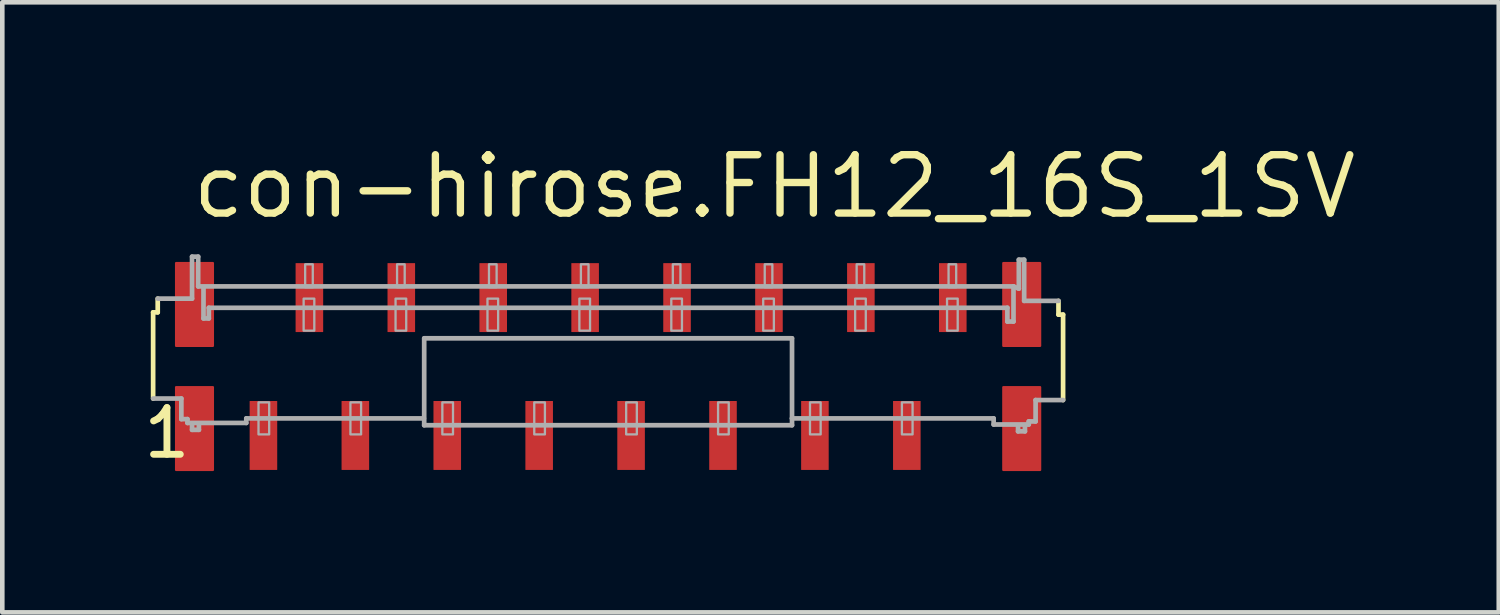
<source format=kicad_pcb>
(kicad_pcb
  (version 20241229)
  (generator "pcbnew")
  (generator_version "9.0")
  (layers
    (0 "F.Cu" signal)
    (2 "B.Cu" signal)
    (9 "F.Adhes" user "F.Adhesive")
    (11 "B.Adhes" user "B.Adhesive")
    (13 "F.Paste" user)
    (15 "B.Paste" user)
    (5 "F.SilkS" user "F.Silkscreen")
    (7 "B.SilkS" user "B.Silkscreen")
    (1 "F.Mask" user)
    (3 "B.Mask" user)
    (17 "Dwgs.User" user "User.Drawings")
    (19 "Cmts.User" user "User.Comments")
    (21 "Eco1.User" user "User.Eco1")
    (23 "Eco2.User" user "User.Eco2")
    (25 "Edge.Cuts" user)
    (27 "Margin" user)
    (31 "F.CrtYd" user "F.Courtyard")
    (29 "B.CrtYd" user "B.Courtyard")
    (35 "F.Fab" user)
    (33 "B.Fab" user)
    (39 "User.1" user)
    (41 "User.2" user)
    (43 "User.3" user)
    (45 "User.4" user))
  (footprint "con-hirose.FH12_16S_1SV"
    (layer "F.Cu")
    (at 10.182 4.925)
    (property "Reference" "con-hirose.FH12_16S_1SV" (at -9.125 -3.175 0) (layer "F.SilkS") (effects (font (size 1.27 1.27) (thickness 0.16)) (justify left bottom)))
    (attr smd)
    (fp_rect (start -9.4 -0.45) (end -8.6 -2.25) (stroke (width 0.05) (type default)) (fill yes) (layer "F.Cu"))
    (fp_rect (start -9.4 2.25) (end -8.6 0.45) (stroke (width 0.05) (type default)) (fill yes) (layer "F.Cu"))
    (fp_rect (start 8.6 -0.45) (end 9.4 -2.25) (stroke (width 0.05) (type default)) (fill yes) (layer "F.Cu"))
    (fp_rect (start 8.6 2.25) (end 9.4 0.45) (stroke (width 0.05) (type default)) (fill yes) (layer "F.Cu"))
    (fp_rect (start -9.475 -0.375) (end -8.525 -2.325) (stroke (width 0.05) (type default)) (fill yes) (layer "F.Mask"))
    (fp_rect (start -9.475 2.325) (end -8.525 0.375) (stroke (width 0.05) (type default)) (fill yes) (layer "F.Mask"))
    (fp_rect (start -7.85 2.3) (end -7.15 0.7) (stroke (width 0.05) (type default)) (fill yes) (layer "F.Mask"))
    (fp_rect (start -6.85 -0.7) (end -6.15 -2.3) (stroke (width 0.05) (type default)) (fill yes) (layer "F.Mask"))
    (fp_rect (start -5.85 2.3) (end -5.15 0.7) (stroke (width 0.05) (type default)) (fill yes) (layer "F.Mask"))
    (fp_rect (start -4.85 -0.7) (end -4.15 -2.3) (stroke (width 0.05) (type default)) (fill yes) (layer "F.Mask"))
    (fp_rect (start -3.85 2.3) (end -3.15 0.7) (stroke (width 0.05) (type default)) (fill yes) (layer "F.Mask"))
    (fp_rect (start -2.85 -0.7) (end -2.15 -2.3) (stroke (width 0.05) (type default)) (fill yes) (layer "F.Mask"))
    (fp_rect (start -1.85 2.3) (end -1.15 0.7) (stroke (width 0.05) (type default)) (fill yes) (layer "F.Mask"))
    (fp_rect (start -0.85 -0.7) (end -0.15 -2.3) (stroke (width 0.05) (type default)) (fill yes) (layer "F.Mask"))
    (fp_rect (start 0.15 2.3) (end 0.85 0.7) (stroke (width 0.05) (type default)) (fill yes) (layer "F.Mask"))
    (fp_rect (start 1.15 -0.7) (end 1.85 -2.3) (stroke (width 0.05) (type default)) (fill yes) (layer "F.Mask"))
    (fp_rect (start 2.15 2.3) (end 2.85 0.7) (stroke (width 0.05) (type default)) (fill yes) (layer "F.Mask"))
    (fp_rect (start 3.15 -0.7) (end 3.85 -2.3) (stroke (width 0.05) (type default)) (fill yes) (layer "F.Mask"))
    (fp_rect (start 4.15 2.3) (end 4.85 0.7) (stroke (width 0.05) (type default)) (fill yes) (layer "F.Mask"))
    (fp_rect (start 5.15 -0.7) (end 5.85 -2.3) (stroke (width 0.05) (type default)) (fill yes) (layer "F.Mask"))
    (fp_rect (start 6.15 2.3) (end 6.85 0.7) (stroke (width 0.05) (type default)) (fill yes) (layer "F.Mask"))
    (fp_rect (start 7.15 -0.7) (end 7.85 -2.3) (stroke (width 0.05) (type default)) (fill yes) (layer "F.Mask"))
    (fp_rect (start 8.525 -0.375) (end 9.475 -2.325) (stroke (width 0.05) (type default)) (fill yes) (layer "F.Mask"))
    (fp_rect (start 8.525 2.325) (end 9.475 0.375) (stroke (width 0.05) (type default)) (fill yes) (layer "F.Mask"))
    (fp_line (start -9.9 -1.179) (end -9.8 -1.179) (stroke (width 0.102) (type default)) (layer "F.SilkS"))
    (fp_line (start -9.9 0.697) (end -9.9 -1.179) (stroke (width 0.102) (type default)) (layer "F.SilkS"))
    (fp_line (start -9.8 -1.179) (end -9.8 -1.477) (stroke (width 0.102) (type default)) (layer "F.SilkS"))
    (fp_line (start 9.8 -1.428) (end 9.8 -1.129) (stroke (width 0.102) (type default)) (layer "F.SilkS"))
    (fp_line (start 9.8 -1.129) (end 9.9 -1.129) (stroke (width 0.102) (type default)) (layer "F.SilkS"))
    (fp_line (start 9.9 -1.129) (end 9.9 0.73) (stroke (width 0.102) (type default)) (layer "F.SilkS"))
    (fp_rect (start -9.35 -0.5) (end -8.65 -2.2) (stroke (width 0.05) (type default)) (fill yes) (layer "F.Paste"))
    (fp_rect (start -9.35 2.2) (end -8.65 0.5) (stroke (width 0.05) (type default)) (fill yes) (layer "F.Paste"))
    (fp_rect (start -7.75 2.2) (end -7.25 0.8) (stroke (width 0.05) (type default)) (fill yes) (layer "F.Paste"))
    (fp_rect (start -6.75 -0.8) (end -6.25 -2.2) (stroke (width 0.05) (type default)) (fill yes) (layer "F.Paste"))
    (fp_rect (start -5.75 2.2) (end -5.25 0.8) (stroke (width 0.05) (type default)) (fill yes) (layer "F.Paste"))
    (fp_rect (start -4.75 -0.8) (end -4.25 -2.2) (stroke (width 0.05) (type default)) (fill yes) (layer "F.Paste"))
    (fp_rect (start -3.75 2.2) (end -3.25 0.8) (stroke (width 0.05) (type default)) (fill yes) (layer "F.Paste"))
    (fp_rect (start -2.75 -0.8) (end -2.25 -2.2) (stroke (width 0.05) (type default)) (fill yes) (layer "F.Paste"))
    (fp_rect (start -1.75 2.2) (end -1.25 0.8) (stroke (width 0.05) (type default)) (fill yes) (layer "F.Paste"))
    (fp_rect (start -0.75 -0.8) (end -0.25 -2.2) (stroke (width 0.05) (type default)) (fill yes) (layer "F.Paste"))
    (fp_rect (start 0.25 2.2) (end 0.75 0.8) (stroke (width 0.05) (type default)) (fill yes) (layer "F.Paste"))
    (fp_rect (start 1.25 -0.8) (end 1.75 -2.2) (stroke (width 0.05) (type default)) (fill yes) (layer "F.Paste"))
    (fp_rect (start 2.25 2.2) (end 2.75 0.8) (stroke (width 0.05) (type default)) (fill yes) (layer "F.Paste"))
    (fp_rect (start 3.25 -0.8) (end 3.75 -2.2) (stroke (width 0.05) (type default)) (fill yes) (layer "F.Paste"))
    (fp_rect (start 4.25 2.2) (end 4.75 0.8) (stroke (width 0.05) (type default)) (fill yes) (layer "F.Paste"))
    (fp_rect (start 5.25 -0.8) (end 5.75 -2.2) (stroke (width 0.05) (type default)) (fill yes) (layer "F.Paste"))
    (fp_rect (start 6.25 2.2) (end 6.75 0.8) (stroke (width 0.05) (type default)) (fill yes) (layer "F.Paste"))
    (fp_rect (start 7.25 -0.8) (end 7.75 -2.2) (stroke (width 0.05) (type default)) (fill yes) (layer "F.Paste"))
    (fp_rect (start 8.65 -0.5) (end 9.35 -2.2) (stroke (width 0.05) (type default)) (fill yes) (layer "F.Paste"))
    (fp_rect (start 8.65 2.2) (end 9.35 0.5) (stroke (width 0.05) (type default)) (fill yes) (layer "F.Paste"))
    (fp_line (start -9.8 -1.477) (end -9.053 -1.477) (stroke (width 0.102) (type default)) (layer "F.Fab"))
    (fp_line (start -9.286 0.697) (end -9.9 0.697) (stroke (width 0.102) (type default)) (layer "F.Fab"))
    (fp_line (start -9.286 1.145) (end -9.286 0.697) (stroke (width 0.102) (type default)) (layer "F.Fab"))
    (fp_line (start -9.153 1.145) (end -9.286 1.145) (stroke (width 0.102) (type default)) (layer "F.Fab"))
    (fp_line (start -9.153 1.228) (end -9.153 1.145) (stroke (width 0.102) (type default)) (layer "F.Fab"))
    (fp_line (start -9.053 -2.39) (end -8.92 -2.39) (stroke (width 0.102) (type default)) (layer "F.Fab"))
    (fp_line (start -9.053 -1.477) (end -9.053 -2.39) (stroke (width 0.102) (type default)) (layer "F.Fab"))
    (fp_line (start -9.053 1.278) (end -9.053 1.378) (stroke (width 0.102) (type default)) (layer "F.Fab"))
    (fp_line (start -9.053 1.378) (end -8.904 1.378) (stroke (width 0.102) (type default)) (layer "F.Fab"))
    (fp_line (start -8.92 -2.39) (end -8.92 -1.743) (stroke (width 0.102) (type default)) (layer "F.Fab"))
    (fp_line (start -8.904 1.378) (end -8.904 1.278) (stroke (width 0.102) (type default)) (layer "F.Fab"))
    (fp_line (start -8.804 -1.71) (end -8.804 -1.046) (stroke (width 0.102) (type default)) (layer "F.Fab"))
    (fp_line (start -8.804 -1.046) (end -8.688 -1.046) (stroke (width 0.102) (type default)) (layer "F.Fab"))
    (fp_line (start -8.688 -1.278) (end 8.688 -1.278) (stroke (width 0.102) (type default)) (layer "F.Fab"))
    (fp_line (start -8.688 -1.046) (end -8.688 -1.278) (stroke (width 0.102) (type default)) (layer "F.Fab"))
    (fp_line (start -7.873 1.129) (end -7.873 1.228) (stroke (width 0.102) (type default)) (layer "F.Fab"))
    (fp_line (start -7.873 1.228) (end -9.153 1.228) (stroke (width 0.102) (type default)) (layer "F.Fab"))
    (fp_line (start -4.008 1.129) (end -7.873 1.129) (stroke (width 0.102) (type default)) (layer "F.Fab"))
    (fp_line (start -4.002 1.278) (end -4.002 -0.614) (stroke (width 0.102) (type default)) (layer "F.Fab"))
    (fp_line (start -4 -0.614) (end 4 -0.614) (stroke (width 0.102) (type default)) (layer "F.Fab"))
    (fp_line (start 4.002 -0.614) (end 4.002 1.129) (stroke (width 0.102) (type default)) (layer "F.Fab"))
    (fp_line (start 4.002 1.129) (end 4.002 1.278) (stroke (width 0.102) (type default)) (layer "F.Fab"))
    (fp_line (start 4.002 1.278) (end -4.002 1.278) (stroke (width 0.102) (type default)) (layer "F.Fab"))
    (fp_line (start 8.389 1.129) (end 4.002 1.129) (stroke (width 0.102) (type default)) (layer "F.Fab"))
    (fp_line (start 8.389 1.262) (end 8.389 1.129) (stroke (width 0.102) (type default)) (layer "F.Fab"))
    (fp_line (start 8.688 -1.278) (end 8.688 -0.979) (stroke (width 0.102) (type default)) (layer "F.Fab"))
    (fp_line (start 8.688 -0.979) (end 8.821 -0.979) (stroke (width 0.102) (type default)) (layer "F.Fab"))
    (fp_line (start 8.821 -1.743) (end -8.92 -1.743) (stroke (width 0.102) (type default)) (layer "F.Fab"))
    (fp_line (start 8.821 -0.979) (end 8.821 -1.743) (stroke (width 0.102) (type default)) (layer "F.Fab"))
    (fp_line (start 8.92 1.311) (end 8.92 1.411) (stroke (width 0.102) (type default)) (layer "F.Fab"))
    (fp_line (start 8.92 1.411) (end 9.07 1.411) (stroke (width 0.102) (type default)) (layer "F.Fab"))
    (fp_line (start 8.937 -2.324) (end 8.937 -1.693) (stroke (width 0.102) (type default)) (layer "F.Fab"))
    (fp_line (start 8.937 -2.324) (end 9.053 -2.324) (stroke (width 0.102) (type default)) (layer "F.Fab"))
    (fp_line (start 8.937 -1.693) (end 8.821 -1.743) (stroke (width 0.102) (type default)) (layer "F.Fab"))
    (fp_line (start 9.053 -2.324) (end 9.053 -1.428) (stroke (width 0.102) (type default)) (layer "F.Fab"))
    (fp_line (start 9.053 -1.428) (end 9.8 -1.428) (stroke (width 0.102) (type default)) (layer "F.Fab"))
    (fp_line (start 9.07 1.411) (end 9.07 1.311) (stroke (width 0.102) (type default)) (layer "F.Fab"))
    (fp_line (start 9.153 1.195) (end 9.153 1.262) (stroke (width 0.102) (type default)) (layer "F.Fab"))
    (fp_line (start 9.153 1.262) (end 8.389 1.262) (stroke (width 0.102) (type default)) (layer "F.Fab"))
    (fp_line (start 9.302 0.73) (end 9.302 1.195) (stroke (width 0.102) (type default)) (layer "F.Fab"))
    (fp_line (start 9.302 1.195) (end 9.153 1.195) (stroke (width 0.102) (type default)) (layer "F.Fab"))
    (fp_line (start 9.9 0.73) (end 9.302 0.73) (stroke (width 0.102) (type default)) (layer "F.Fab"))
    (fp_rect (start -7.607 1.477) (end -7.375 0.78) (stroke (width 0.05) (type default)) (fill no) (layer "F.Fab"))
    (fp_rect (start -6.625 -0.78) (end -6.393 -1.477) (stroke (width 0.05) (type default)) (fill no) (layer "F.Fab"))
    (fp_rect (start -6.592 -1.726) (end -6.426 -2.224) (stroke (width 0.05) (type default)) (fill no) (layer "F.Fab"))
    (fp_rect (start -5.607 1.477) (end -5.375 0.78) (stroke (width 0.05) (type default)) (fill no) (layer "F.Fab"))
    (fp_rect (start -4.625 -0.78) (end -4.393 -1.477) (stroke (width 0.05) (type default)) (fill no) (layer "F.Fab"))
    (fp_rect (start -4.592 -1.726) (end -4.426 -2.224) (stroke (width 0.05) (type default)) (fill no) (layer "F.Fab"))
    (fp_rect (start -3.607 1.477) (end -3.375 0.78) (stroke (width 0.05) (type default)) (fill no) (layer "F.Fab"))
    (fp_rect (start -2.625 -0.78) (end -2.393 -1.477) (stroke (width 0.05) (type default)) (fill no) (layer "F.Fab"))
    (fp_rect (start -2.592 -1.726) (end -2.426 -2.224) (stroke (width 0.05) (type default)) (fill no) (layer "F.Fab"))
    (fp_rect (start -1.607 1.477) (end -1.375 0.78) (stroke (width 0.05) (type default)) (fill no) (layer "F.Fab"))
    (fp_rect (start -0.625 -0.78) (end -0.393 -1.477) (stroke (width 0.05) (type default)) (fill no) (layer "F.Fab"))
    (fp_rect (start -0.592 -1.726) (end -0.426 -2.224) (stroke (width 0.05) (type default)) (fill no) (layer "F.Fab"))
    (fp_rect (start 0.393 1.477) (end 0.625 0.78) (stroke (width 0.05) (type default)) (fill no) (layer "F.Fab"))
    (fp_rect (start 1.375 -0.78) (end 1.607 -1.477) (stroke (width 0.05) (type default)) (fill no) (layer "F.Fab"))
    (fp_rect (start 1.408 -1.726) (end 1.574 -2.224) (stroke (width 0.05) (type default)) (fill no) (layer "F.Fab"))
    (fp_rect (start 2.393 1.477) (end 2.625 0.78) (stroke (width 0.05) (type default)) (fill no) (layer "F.Fab"))
    (fp_rect (start 3.375 -0.78) (end 3.607 -1.477) (stroke (width 0.05) (type default)) (fill no) (layer "F.Fab"))
    (fp_rect (start 3.408 -1.726) (end 3.574 -2.224) (stroke (width 0.05) (type default)) (fill no) (layer "F.Fab"))
    (fp_rect (start 4.393 1.477) (end 4.625 0.78) (stroke (width 0.05) (type default)) (fill no) (layer "F.Fab"))
    (fp_rect (start 5.375 -0.78) (end 5.607 -1.477) (stroke (width 0.05) (type default)) (fill no) (layer "F.Fab"))
    (fp_rect (start 5.408 -1.726) (end 5.574 -2.224) (stroke (width 0.05) (type default)) (fill no) (layer "F.Fab"))
    (fp_rect (start 6.393 1.477) (end 6.625 0.78) (stroke (width 0.05) (type default)) (fill no) (layer "F.Fab"))
    (fp_rect (start 7.375 -0.78) (end 7.607 -1.477) (stroke (width 0.05) (type default)) (fill no) (layer "F.Fab"))
    (fp_rect (start 7.408 -1.726) (end 7.574 -2.224) (stroke (width 0.05) (type default)) (fill no) (layer "F.Fab"))
    (fp_text user "1" (at -10.182 2.042 0) (layer "F.SilkS") (effects (font (size 1.016 1.016) (thickness 0.15)) (justify left bottom)))
    (pad "1" smd roundrect (at -7.5 1.5) (size 0.6 1.5) (layers "F.Cu" "F.Mask" "F.Paste") (roundrect_rratio 0.01))
    (pad "2" smd roundrect (at -6.5 -1.5) (size 0.6 1.5) (layers "F.Cu" "F.Mask" "F.Paste") (roundrect_rratio 0.01))
    (pad "3" smd roundrect (at -5.5 1.5) (size 0.6 1.5) (layers "F.Cu" "F.Mask" "F.Paste") (roundrect_rratio 0.01))
    (pad "4" smd roundrect (at -4.5 -1.5) (size 0.6 1.5) (layers "F.Cu" "F.Mask" "F.Paste") (roundrect_rratio 0.01))
    (pad "5" smd roundrect (at -3.5 1.5) (size 0.6 1.5) (layers "F.Cu" "F.Mask" "F.Paste") (roundrect_rratio 0.01))
    (pad "6" smd roundrect (at -2.5 -1.5) (size 0.6 1.5) (layers "F.Cu" "F.Mask" "F.Paste") (roundrect_rratio 0.01))
    (pad "7" smd roundrect (at -1.5 1.5) (size 0.6 1.5) (layers "F.Cu" "F.Mask" "F.Paste") (roundrect_rratio 0.01))
    (pad "8" smd roundrect (at -0.5 -1.5) (size 0.6 1.5) (layers "F.Cu" "F.Mask" "F.Paste") (roundrect_rratio 0.01))
    (pad "9" smd roundrect (at 0.5 1.5) (size 0.6 1.5) (layers "F.Cu" "F.Mask" "F.Paste") (roundrect_rratio 0.01))
    (pad "10" smd roundrect (at 1.5 -1.5) (size 0.6 1.5) (layers "F.Cu" "F.Mask" "F.Paste") (roundrect_rratio 0.01))
    (pad "11" smd roundrect (at 2.5 1.5) (size 0.6 1.5) (layers "F.Cu" "F.Mask" "F.Paste") (roundrect_rratio 0.01))
    (pad "12" smd roundrect (at 3.5 -1.5) (size 0.6 1.5) (layers "F.Cu" "F.Mask" "F.Paste") (roundrect_rratio 0.01))
    (pad "13" smd roundrect (at 4.5 1.5) (size 0.6 1.5) (layers "F.Cu" "F.Mask" "F.Paste") (roundrect_rratio 0.01))
    (pad "14" smd roundrect (at 5.5 -1.5) (size 0.6 1.5) (layers "F.Cu" "F.Mask" "F.Paste") (roundrect_rratio 0.01))
    (pad "15" smd roundrect (at 6.5 1.5) (size 0.6 1.5) (layers "F.Cu" "F.Mask" "F.Paste") (roundrect_rratio 0.01))
    (pad "16" smd roundrect (at 7.5 -1.5) (size 0.6 1.5) (layers "F.Cu" "F.Mask" "F.Paste") (roundrect_rratio 0.01)))
  (gr_rect
    (start -3 -3)
    (end 29.562 10.275)
    (stroke (width 0.1) (type default))
    (fill no)
    (layer "Edge.Cuts")))
</source>
